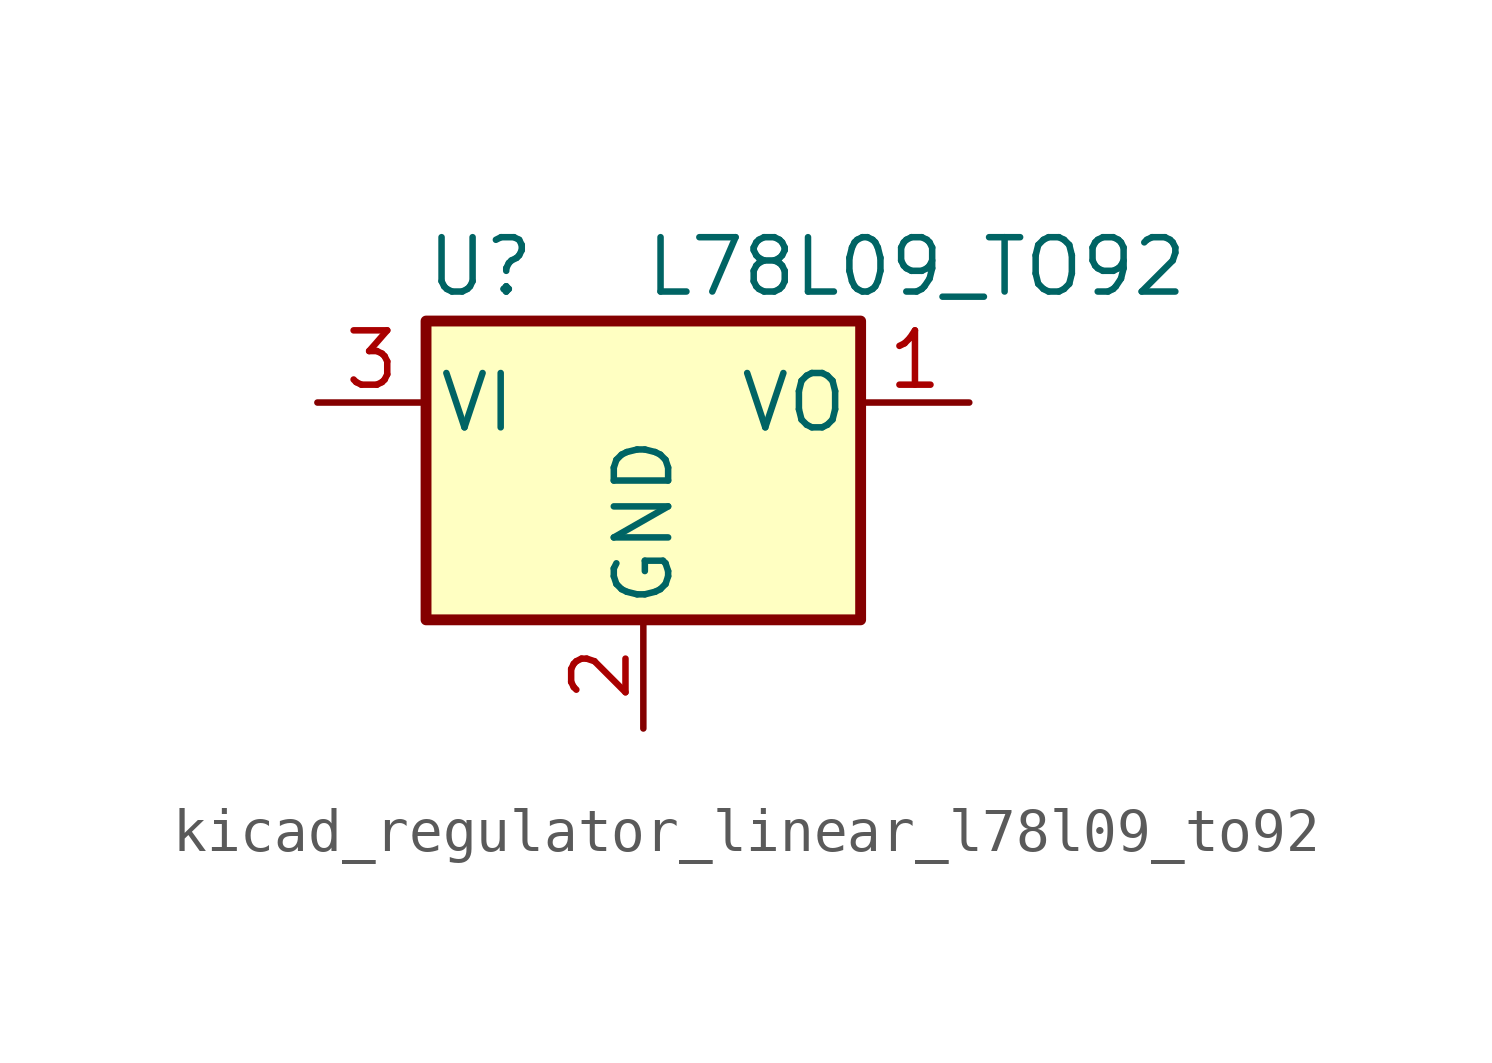
<source format=kicad_sym>
(kicad_symbol_lib
  (version 20220914)
  (generator kicad_symbol_editor)
  (symbol "kicad_regulator_linear_l78l09_to92"
    (pin_names
      (offset 0.254))
    (property "Reference" "U"
      (at -3.81 3.175 0)
      (effects (font (size 1.27 1.27))))
    (property "Value" "L78L09_TO92"
      (at 0 3.175 0)
      (effects (font (size 1.27 1.27)) (justify left)))
    (symbol "kicad_regulator_linear_l78l09_to92_0_1"
      (rectangle (start -5.08 -5.08) (end 5.08 1.905) (stroke (width 0.254) (type default)) (fill (type background))))
    (symbol "kicad_regulator_linear_l78l09_to92_1_1"
      (pin power_out line (at 7.62 0 180) (length 2.54) (name "VO" (effects (font (size 1.27 1.27)))) (number "1" (effects (font (size 1.27 1.27)))))
      (pin power_in line (at 0 -7.62 90) (length 2.54) (name "GND" (effects (font (size 1.27 1.27)))) (number "2" (effects (font (size 1.27 1.27)))))
      (pin power_in line (at -7.62 0 0) (length 2.54) (name "VI" (effects (font (size 1.27 1.27)))) (number "3" (effects (font (size 1.27 1.27))))))))
</source>
